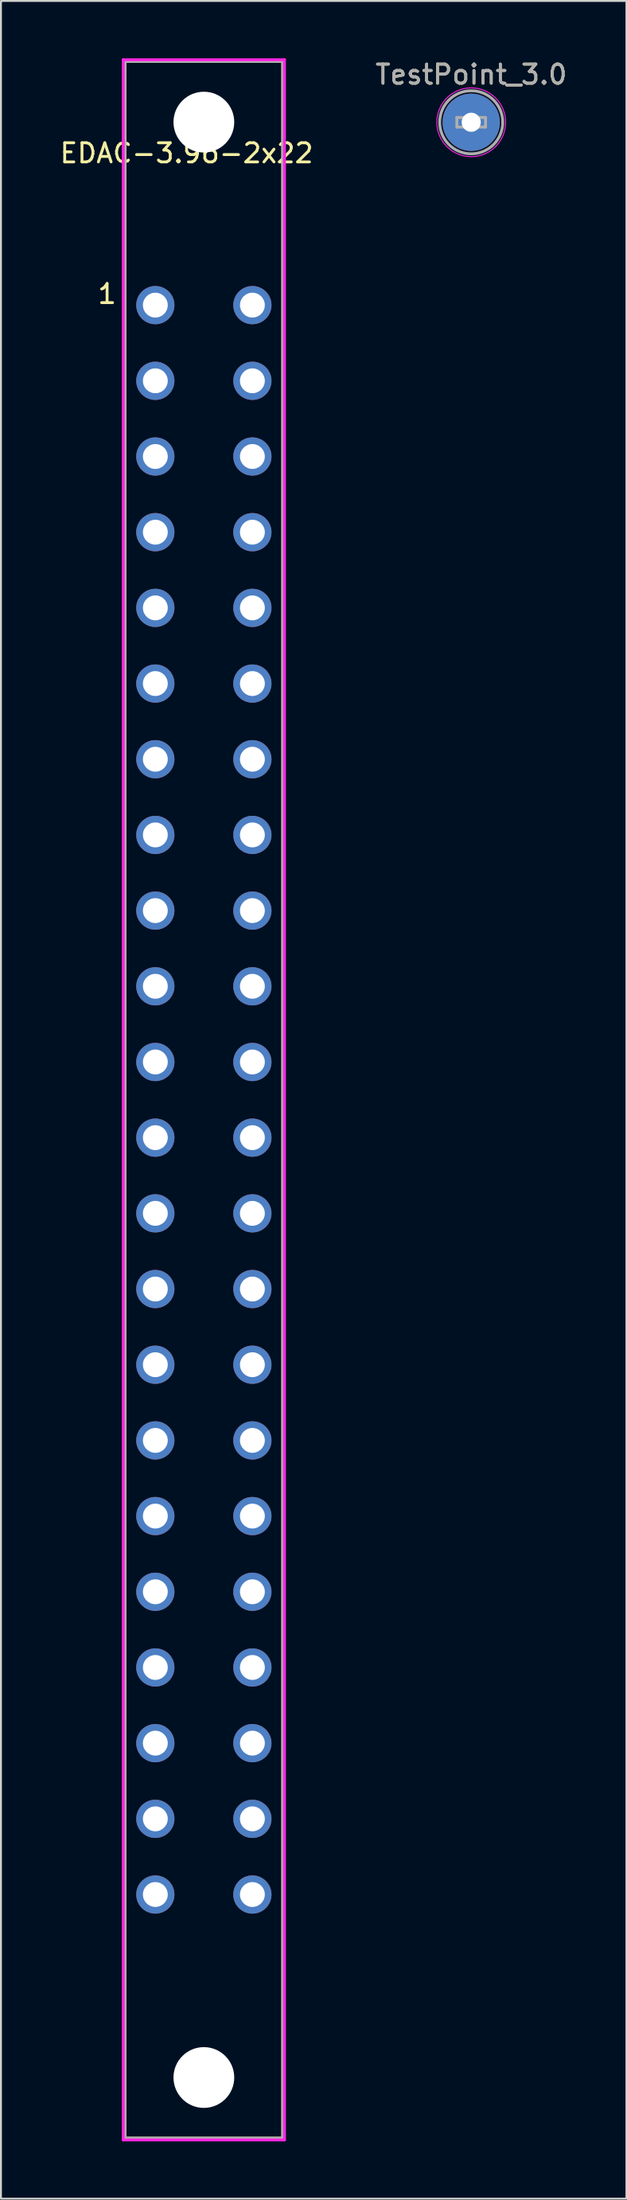
<source format=kicad_pcb>
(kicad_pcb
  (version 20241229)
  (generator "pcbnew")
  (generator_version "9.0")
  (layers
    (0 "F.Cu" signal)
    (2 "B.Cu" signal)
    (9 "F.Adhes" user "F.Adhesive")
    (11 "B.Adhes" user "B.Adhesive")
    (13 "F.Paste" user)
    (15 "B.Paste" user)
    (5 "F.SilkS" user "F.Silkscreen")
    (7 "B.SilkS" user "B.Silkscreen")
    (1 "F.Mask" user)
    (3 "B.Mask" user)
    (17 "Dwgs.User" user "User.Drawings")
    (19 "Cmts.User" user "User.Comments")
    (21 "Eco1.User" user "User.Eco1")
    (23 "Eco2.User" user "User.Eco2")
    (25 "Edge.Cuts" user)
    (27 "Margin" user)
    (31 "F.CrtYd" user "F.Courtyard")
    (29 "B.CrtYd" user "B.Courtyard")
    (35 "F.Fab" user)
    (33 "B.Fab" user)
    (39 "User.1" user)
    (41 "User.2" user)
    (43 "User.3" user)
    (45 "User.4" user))
  (footprint "TestPoint_3.0"
    (layer "F.Cu")
    (at 21.613 3.348)
    (property "Reference" "TestPoint_3.0" (at 0 -2.5 0) (layer "F.SilkS") (effects (font (size 1 1) (thickness 0.15))))
    (attr through_hole)
    (fp_circle (center 0 0) (end 1.8 0) (stroke (width 0.05) (type solid)) (fill no) (layer "F.CrtYd"))
    (fp_line (start -0.75 -0.25) (end 0.75 -0.25) (stroke (width 0.15) (type solid)) (layer "F.Fab"))
    (fp_line (start -0.75 0.25) (end -0.75 -0.25) (stroke (width 0.15) (type solid)) (layer "F.Fab"))
    (fp_line (start 0.75 -0.25) (end 0.75 0.25) (stroke (width 0.15) (type solid)) (layer "F.Fab"))
    (fp_line (start 0.75 0.25) (end -0.75 0.25) (stroke (width 0.15) (type solid)) (layer "F.Fab"))
    (fp_circle (center 0 0) (end 1.65 0) (stroke (width 0.15) (type solid)) (fill no) (layer "F.Fab"))
    (fp_text user "${REFERENCE}" (at 0 -2.5 0) (layer "F.Fab") (effects (font (size 1 1) (thickness 0.15))))
    (pad "1" thru_hole circle (at 0 0) (size 3 3) (drill 1) (layers "*.Cu" "*.Mask")))
  (footprint "EDAC-3.96-2x22"
    (layer "F.Cu")
    (at 7.62 54.495)
    (property "Reference" "EDAC-3.96-2x22" (at -7.62 -49.53 0) (layer "F.SilkS") (effects (font (size 1 1) (thickness 0.15)) (justify left)))
    (attr through_hole)
    (fp_line (start -4.13 -54.33) (end 4.13 -54.33) (stroke (width 0.15) (type solid)) (layer "F.SilkS"))
    (fp_line (start -4.13 54.33) (end -4.13 -54.33) (stroke (width 0.15) (type solid)) (layer "F.SilkS"))
    (fp_line (start 4.13 -54.33) (end 4.13 54.33) (stroke (width 0.15) (type solid)) (layer "F.SilkS"))
    (fp_line (start 4.13 54.33) (end -4.13 54.33) (stroke (width 0.15) (type solid)) (layer "F.SilkS"))
    (fp_line (start -4.22 -54.42) (end -4.22 54.42) (stroke (width 0.15) (type solid)) (layer "F.CrtYd"))
    (fp_line (start -4.22 54.42) (end 4.22 54.42) (stroke (width 0.15) (type solid)) (layer "F.CrtYd"))
    (fp_line (start 4.22 -54.42) (end -4.22 -54.42) (stroke (width 0.15) (type solid)) (layer "F.CrtYd"))
    (fp_line (start 4.22 54.42) (end 4.22 -54.42) (stroke (width 0.15) (type solid)) (layer "F.CrtYd"))
    (fp_line (start -4.13 -54.33) (end 4.13 -54.33) (stroke (width 0.15) (type solid)) (layer "F.Fab"))
    (fp_line (start -4.13 54.33) (end -4.13 -54.33) (stroke (width 0.15) (type solid)) (layer "F.Fab"))
    (fp_line (start 4.13 -54.33) (end 4.13 54.33) (stroke (width 0.15) (type solid)) (layer "F.Fab"))
    (fp_line (start 4.13 54.33) (end -4.13 54.33) (stroke (width 0.15) (type solid)) (layer "F.Fab"))
    (fp_text user "1" (at -5.64 -41.58 0) (unlocked yes) (layer "F.SilkS") (effects (font (size 1 1) (thickness 0.15)) (justify left bottom)))
    (pad "" np_thru_hole circle (at 0 -51.155 270) (size 3.18 3.18) (drill 3.18) (layers "*.Cu" "*.Mask"))
    (pad "" np_thru_hole circle (at 0 51.155 270) (size 3.18 3.18) (drill 3.18) (layers "*.Cu" "*.Mask"))
    (pad "1" thru_hole oval (at -2.54 -41.58) (size 2 2) (drill 1.3) (layers "*.Cu" "*.Mask"))
    (pad "2" thru_hole oval (at -2.54 -37.62) (size 2 2) (drill 1.3) (layers "*.Cu" "*.Mask"))
    (pad "3" thru_hole oval (at -2.54 -33.66) (size 2 2) (drill 1.3) (layers "*.Cu" "*.Mask"))
    (pad "4" thru_hole oval (at -2.54 -29.7) (size 2 2) (drill 1.3) (layers "*.Cu" "*.Mask"))
    (pad "5" thru_hole oval (at -2.54 -25.74) (size 2 2) (drill 1.3) (layers "*.Cu" "*.Mask"))
    (pad "6" thru_hole oval (at -2.54 -21.78) (size 2 2) (drill 1.3) (layers "*.Cu" "*.Mask"))
    (pad "7" thru_hole oval (at -2.54 -17.82) (size 2 2) (drill 1.3) (layers "*.Cu" "*.Mask"))
    (pad "8" thru_hole oval (at -2.54 -13.86) (size 2 2) (drill 1.3) (layers "*.Cu" "*.Mask"))
    (pad "9" thru_hole oval (at -2.54 -9.9) (size 2 2) (drill 1.3) (layers "*.Cu" "*.Mask"))
    (pad "10" thru_hole oval (at -2.54 -5.94) (size 2 2) (drill 1.3) (layers "*.Cu" "*.Mask"))
    (pad "11" thru_hole oval (at -2.54 -1.98) (size 2 2) (drill 1.3) (layers "*.Cu" "*.Mask"))
    (pad "12" thru_hole oval (at -2.54 1.98) (size 2 2) (drill 1.3) (layers "*.Cu" "*.Mask"))
    (pad "13" thru_hole oval (at -2.54 5.94) (size 2 2) (drill 1.3) (layers "*.Cu" "*.Mask"))
    (pad "14" thru_hole oval (at -2.54 9.9) (size 2 2) (drill 1.3) (layers "*.Cu" "*.Mask"))
    (pad "15" thru_hole oval (at -2.54 13.86) (size 2 2) (drill 1.3) (layers "*.Cu" "*.Mask"))
    (pad "16" thru_hole oval (at -2.54 17.82) (size 2 2) (drill 1.3) (layers "*.Cu" "*.Mask"))
    (pad "17" thru_hole oval (at -2.54 21.78) (size 2 2) (drill 1.3) (layers "*.Cu" "*.Mask"))
    (pad "18" thru_hole oval (at -2.54 25.74) (size 2 2) (drill 1.3) (layers "*.Cu" "*.Mask"))
    (pad "19" thru_hole oval (at -2.54 29.7) (size 2 2) (drill 1.3) (layers "*.Cu" "*.Mask"))
    (pad "20" thru_hole oval (at -2.54 33.66) (size 2 2) (drill 1.3) (layers "*.Cu" "*.Mask"))
    (pad "21" thru_hole oval (at -2.54 37.62) (size 2 2) (drill 1.3) (layers "*.Cu" "*.Mask"))
    (pad "22" thru_hole oval (at -2.54 41.58) (size 2 2) (drill 1.3) (layers "*.Cu" "*.Mask"))
    (pad "A" thru_hole oval (at 2.54 -41.58) (size 2 2) (drill 1.3) (layers "*.Cu" "*.Mask"))
    (pad "B" thru_hole oval (at 2.54 -37.62) (size 2 2) (drill 1.3) (layers "*.Cu" "*.Mask"))
    (pad "C" thru_hole oval (at 2.54 -33.66) (size 2 2) (drill 1.3) (layers "*.Cu" "*.Mask"))
    (pad "D" thru_hole oval (at 2.54 -29.7) (size 2 2) (drill 1.3) (layers "*.Cu" "*.Mask"))
    (pad "E" thru_hole oval (at 2.54 -25.74) (size 2 2) (drill 1.3) (layers "*.Cu" "*.Mask"))
    (pad "F" thru_hole oval (at 2.54 -21.78) (size 2 2) (drill 1.3) (layers "*.Cu" "*.Mask"))
    (pad "H" thru_hole oval (at 2.54 -17.82) (size 2 2) (drill 1.3) (layers "*.Cu" "*.Mask"))
    (pad "J" thru_hole oval (at 2.54 -13.86) (size 2 2) (drill 1.3) (layers "*.Cu" "*.Mask"))
    (pad "K" thru_hole oval (at 2.54 -9.9) (size 2 2) (drill 1.3) (layers "*.Cu" "*.Mask"))
    (pad "L" thru_hole oval (at 2.54 -5.94) (size 2 2) (drill 1.3) (layers "*.Cu" "*.Mask"))
    (pad "M" thru_hole oval (at 2.54 -1.98) (size 2 2) (drill 1.3) (layers "*.Cu" "*.Mask"))
    (pad "N" thru_hole oval (at 2.54 1.98) (size 2 2) (drill 1.3) (layers "*.Cu" "*.Mask"))
    (pad "P" thru_hole oval (at 2.54 5.94) (size 2 2) (drill 1.3) (layers "*.Cu" "*.Mask"))
    (pad "R" thru_hole oval (at 2.54 9.9) (size 2 2) (drill 1.3) (layers "*.Cu" "*.Mask"))
    (pad "S" thru_hole oval (at 2.54 13.86) (size 2 2) (drill 1.3) (layers "*.Cu" "*.Mask"))
    (pad "T" thru_hole oval (at 2.54 17.82) (size 2 2) (drill 1.3) (layers "*.Cu" "*.Mask"))
    (pad "U" thru_hole oval (at 2.54 21.78) (size 2 2) (drill 1.3) (layers "*.Cu" "*.Mask"))
    (pad "V" thru_hole oval (at 2.54 25.74) (size 2 2) (drill 1.3) (layers "*.Cu" "*.Mask"))
    (pad "W" thru_hole oval (at 2.54 29.7) (size 2 2) (drill 1.3) (layers "*.Cu" "*.Mask"))
    (pad "X" thru_hole oval (at 2.54 33.66) (size 2 2) (drill 1.3) (layers "*.Cu" "*.Mask"))
    (pad "Y" thru_hole oval (at 2.54 37.62) (size 2 2) (drill 1.3) (layers "*.Cu" "*.Mask"))
    (pad "Z" thru_hole oval (at 2.54 41.58) (size 2 2) (drill 1.3) (layers "*.Cu" "*.Mask")))
  (gr_rect
    (start -3 -3)
    (end 29.738 111.99)
    (stroke (width 0.1) (type default))
    (fill no)
    (layer "Edge.Cuts")))
</source>
